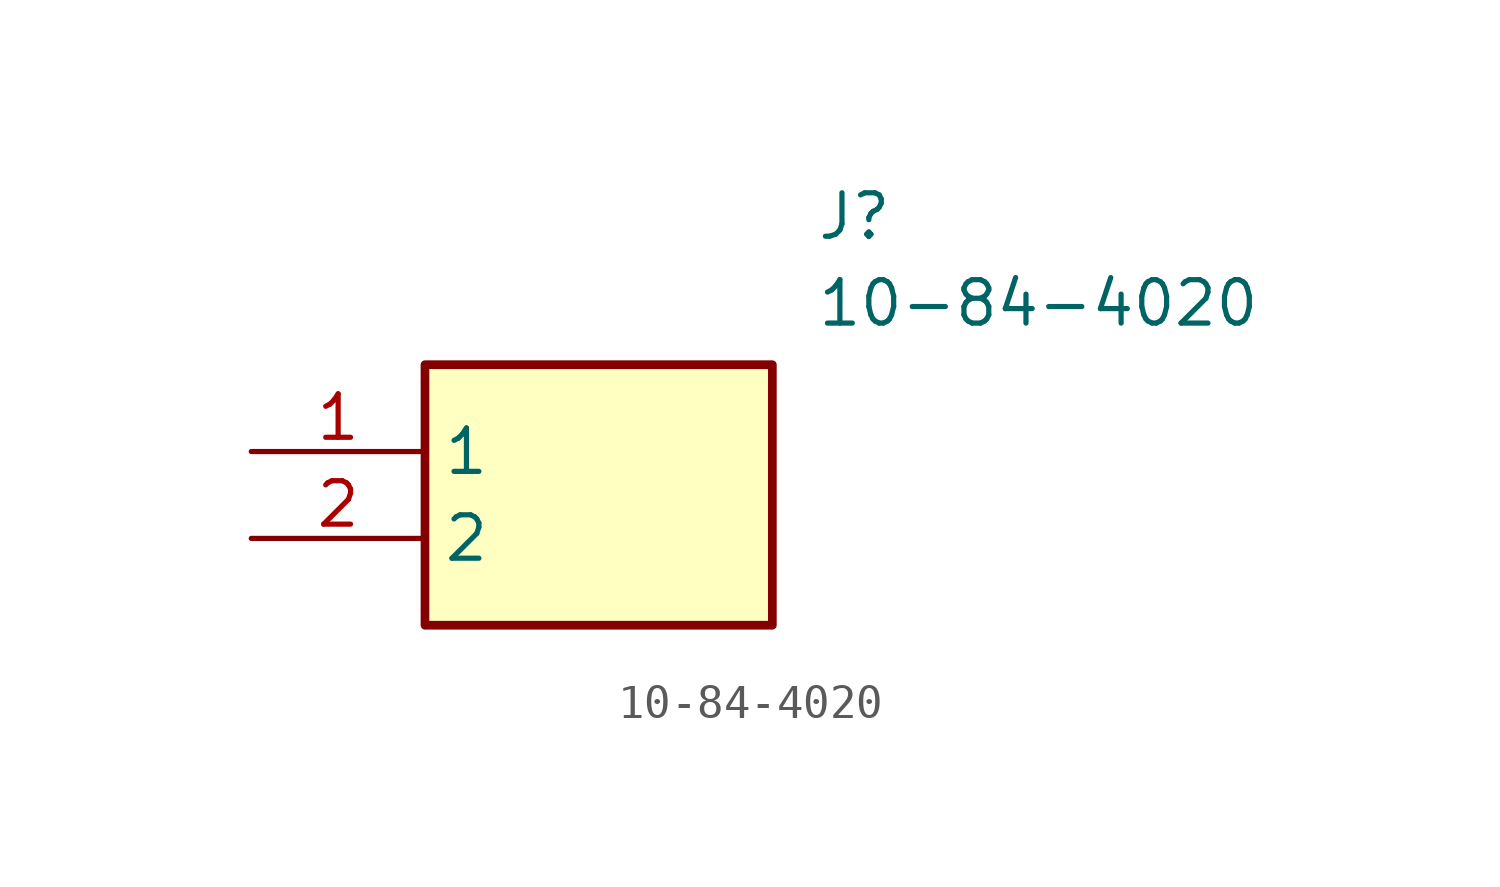
<source format=kicad_sym>
(kicad_symbol_lib
  (version 20211014)
  (generator SamacSys_ECAD_Model)
  (symbol "10-84-4020"
    (property "Reference" "J"
      (at 16.51 7.62 0)
      (effects (font (size 1.27 1.27)) (justify left top)))
    (property "Value" "10-84-4020"
      (at 16.51 5.08 0)
      (effects (font (size 1.27 1.27)) (justify left top)))
    (rectangle
      (start 5.08 2.54)
      (end 15.24 -5.08)
      (stroke (width 0.254) (type default))
      (fill (type background)))
    (pin passive line
      (at 0 0 0)
      (length 5.08)
      (name "1" (effects (font (size 1.27 1.27))))
      (number "1" (effects (font (size 1.27 1.27)))))
    (pin passive line
      (at 0 -2.54 0)
      (length 5.08)
      (name "2" (effects (font (size 1.27 1.27))))
      (number "2" (effects (font (size 1.27 1.27)))))))
</source>
